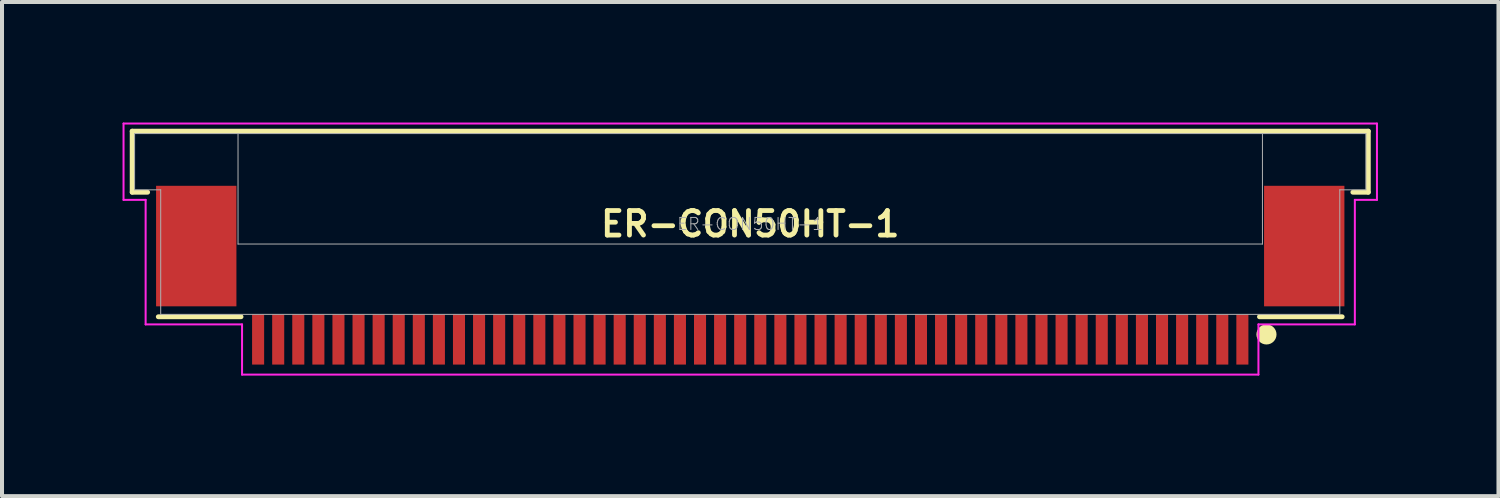
<source format=kicad_pcb>
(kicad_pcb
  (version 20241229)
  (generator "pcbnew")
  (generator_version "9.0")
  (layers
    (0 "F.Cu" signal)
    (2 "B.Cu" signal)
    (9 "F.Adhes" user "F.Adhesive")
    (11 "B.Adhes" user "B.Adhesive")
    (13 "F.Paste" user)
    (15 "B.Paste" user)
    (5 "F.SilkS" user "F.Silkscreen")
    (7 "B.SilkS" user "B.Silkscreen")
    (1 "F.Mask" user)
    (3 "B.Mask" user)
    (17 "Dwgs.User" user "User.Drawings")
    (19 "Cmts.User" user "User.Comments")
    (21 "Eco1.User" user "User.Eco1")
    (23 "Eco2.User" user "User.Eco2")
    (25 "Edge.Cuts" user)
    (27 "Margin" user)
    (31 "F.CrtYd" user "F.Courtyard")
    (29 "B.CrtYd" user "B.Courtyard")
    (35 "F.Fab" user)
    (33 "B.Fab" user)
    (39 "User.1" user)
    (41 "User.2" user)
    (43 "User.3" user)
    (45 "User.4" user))
  (footprint "ER-CON50HT-1"
    (layer "F.Cu")
    (at 15.625 2.525)
    (property "Reference" "ER-CON50HT-1" (at 0 0 0) (layer "F.SilkS") (effects (font (size 0.61 0.61) (thickness 0.12))))
    (attr through_hole)
    (fp_line (start -15.385 -2.31) (end 15.385 -2.31) (stroke (width 0.12) (type solid)) (layer "F.SilkS"))
    (fp_line (start -15.385 -0.79) (end -15.385 -2.31) (stroke (width 0.12) (type solid)) (layer "F.SilkS"))
    (fp_line (start -15 -0.79) (end -15.385 -0.79) (stroke (width 0.12) (type solid)) (layer "F.SilkS"))
    (fp_line (start -14.735 2.31) (end -12.675 2.31) (stroke (width 0.12) (type solid)) (layer "F.SilkS"))
    (fp_line (start 14.735 2.31) (end 12.675 2.31) (stroke (width 0.12) (type solid)) (layer "F.SilkS"))
    (fp_line (start 15.385 -2.31) (end 15.385 -0.79) (stroke (width 0.12) (type solid)) (layer "F.SilkS"))
    (fp_line (start 15.385 -0.79) (end 15 -0.79) (stroke (width 0.12) (type solid)) (layer "F.SilkS"))
    (fp_circle (center 12.85 2.75) (end 12.975 2.75) (stroke (width 0.25) (type solid)) (fill no) (layer "F.SilkS"))
    (fp_line (start -15.6 -2.5) (end 15.6 -2.5) (stroke (width 0.05) (type solid)) (layer "F.CrtYd"))
    (fp_line (start -15.6 -0.6) (end -15.6 -2.5) (stroke (width 0.05) (type solid)) (layer "F.CrtYd"))
    (fp_line (start -15.05 -0.6) (end -15.6 -0.6) (stroke (width 0.05) (type solid)) (layer "F.CrtYd"))
    (fp_line (start -15.05 2.5) (end -15.05 -0.6) (stroke (width 0.05) (type solid)) (layer "F.CrtYd"))
    (fp_line (start -12.65 2.5) (end -15.05 2.5) (stroke (width 0.05) (type solid)) (layer "F.CrtYd"))
    (fp_line (start -12.65 3.75) (end -12.65 2.5) (stroke (width 0.05) (type solid)) (layer "F.CrtYd"))
    (fp_line (start 12.65 2.5) (end 12.65 3.75) (stroke (width 0.05) (type solid)) (layer "F.CrtYd"))
    (fp_line (start 12.65 3.75) (end -12.65 3.75) (stroke (width 0.05) (type solid)) (layer "F.CrtYd"))
    (fp_line (start 15.05 -0.6) (end 15.05 2.5) (stroke (width 0.05) (type solid)) (layer "F.CrtYd"))
    (fp_line (start 15.05 2.5) (end 12.65 2.5) (stroke (width 0.05) (type solid)) (layer "F.CrtYd"))
    (fp_line (start 15.6 -2.5) (end 15.6 -0.6) (stroke (width 0.05) (type solid)) (layer "F.CrtYd"))
    (fp_line (start 15.6 -0.6) (end 15.05 -0.6) (stroke (width 0.05) (type solid)) (layer "F.CrtYd"))
    (fp_line (start -15.325 -2.25) (end 15.325 -2.25) (stroke (width 0.025) (type solid)) (layer "F.Fab"))
    (fp_line (start -15.325 -0.85) (end -15.325 -2.25) (stroke (width 0.025) (type solid)) (layer "F.Fab"))
    (fp_line (start -15.325 -0.85) (end -14.675 -0.85) (stroke (width 0.025) (type solid)) (layer "F.Fab"))
    (fp_line (start -14.675 -0.85) (end -14.675 2.25) (stroke (width 0.025) (type solid)) (layer "F.Fab"))
    (fp_line (start -14.675 2.25) (end 14.675 2.25) (stroke (width 0.025) (type solid)) (layer "F.Fab"))
    (fp_line (start -12.75 -2.25) (end -12.75 0.5) (stroke (width 0.025) (type solid)) (layer "F.Fab"))
    (fp_line (start -12.75 0.5) (end 12.75 0.5) (stroke (width 0.025) (type solid)) (layer "F.Fab"))
    (fp_line (start 12.75 0.5) (end 12.75 -2.25) (stroke (width 0.025) (type solid)) (layer "F.Fab"))
    (fp_line (start 14.675 -0.85) (end 14.675 2.25) (stroke (width 0.025) (type solid)) (layer "F.Fab"))
    (fp_line (start 14.675 -0.85) (end 15.325 -0.85) (stroke (width 0.025) (type solid)) (layer "F.Fab"))
    (fp_line (start 15.325 -0.85) (end 15.325 -2.25) (stroke (width 0.025) (type solid)) (layer "F.Fab"))
    (fp_text user "${REFERENCE}" (at 0 0 0) (layer "F.Fab") (effects (font (size 0.3 0.3) (thickness 0.025))))
    (pad "1" smd rect (at 12.25 2.875) (size 0.3 1.25) (layers "F.Cu" "F.Mask" "F.Paste"))
    (pad "2" smd rect (at 11.75 2.875) (size 0.3 1.25) (layers "F.Cu" "F.Mask" "F.Paste"))
    (pad "3" smd rect (at 11.25 2.875) (size 0.3 1.25) (layers "F.Cu" "F.Mask" "F.Paste"))
    (pad "4" smd rect (at 10.75 2.875) (size 0.3 1.25) (layers "F.Cu" "F.Mask" "F.Paste"))
    (pad "5" smd rect (at 10.25 2.875) (size 0.3 1.25) (layers "F.Cu" "F.Mask" "F.Paste"))
    (pad "6" smd rect (at 9.75 2.875) (size 0.3 1.25) (layers "F.Cu" "F.Mask" "F.Paste"))
    (pad "7" smd rect (at 9.25 2.875) (size 0.3 1.25) (layers "F.Cu" "F.Mask" "F.Paste"))
    (pad "8" smd rect (at 8.75 2.875) (size 0.3 1.25) (layers "F.Cu" "F.Mask" "F.Paste"))
    (pad "9" smd rect (at 8.25 2.875) (size 0.3 1.25) (layers "F.Cu" "F.Mask" "F.Paste"))
    (pad "10" smd rect (at 7.75 2.875) (size 0.3 1.25) (layers "F.Cu" "F.Mask" "F.Paste"))
    (pad "11" smd rect (at 7.25 2.875) (size 0.3 1.25) (layers "F.Cu" "F.Mask" "F.Paste"))
    (pad "12" smd rect (at 6.75 2.875) (size 0.3 1.25) (layers "F.Cu" "F.Mask" "F.Paste"))
    (pad "13" smd rect (at 6.25 2.875) (size 0.3 1.25) (layers "F.Cu" "F.Mask" "F.Paste"))
    (pad "14" smd rect (at 5.75 2.875) (size 0.3 1.25) (layers "F.Cu" "F.Mask" "F.Paste"))
    (pad "15" smd rect (at 5.25 2.875) (size 0.3 1.25) (layers "F.Cu" "F.Mask" "F.Paste"))
    (pad "16" smd rect (at 4.75 2.875) (size 0.3 1.25) (layers "F.Cu" "F.Mask" "F.Paste"))
    (pad "17" smd rect (at 4.25 2.875) (size 0.3 1.25) (layers "F.Cu" "F.Mask" "F.Paste"))
    (pad "18" smd rect (at 3.75 2.875) (size 0.3 1.25) (layers "F.Cu" "F.Mask" "F.Paste"))
    (pad "19" smd rect (at 3.25 2.875) (size 0.3 1.25) (layers "F.Cu" "F.Mask" "F.Paste"))
    (pad "20" smd rect (at 2.75 2.875) (size 0.3 1.25) (layers "F.Cu" "F.Mask" "F.Paste"))
    (pad "21" smd rect (at 2.25 2.875) (size 0.3 1.25) (layers "F.Cu" "F.Mask" "F.Paste"))
    (pad "22" smd rect (at 1.75 2.875) (size 0.3 1.25) (layers "F.Cu" "F.Mask" "F.Paste"))
    (pad "23" smd rect (at 1.25 2.875) (size 0.3 1.25) (layers "F.Cu" "F.Mask" "F.Paste"))
    (pad "24" smd rect (at 0.75 2.875) (size 0.3 1.25) (layers "F.Cu" "F.Mask" "F.Paste"))
    (pad "25" smd rect (at 0.25 2.875) (size 0.3 1.25) (layers "F.Cu" "F.Mask" "F.Paste"))
    (pad "26" smd rect (at -0.25 2.875) (size 0.3 1.25) (layers "F.Cu" "F.Mask" "F.Paste"))
    (pad "27" smd rect (at -0.75 2.875) (size 0.3 1.25) (layers "F.Cu" "F.Mask" "F.Paste"))
    (pad "28" smd rect (at -1.25 2.875) (size 0.3 1.25) (layers "F.Cu" "F.Mask" "F.Paste"))
    (pad "29" smd rect (at -1.75 2.875) (size 0.3 1.25) (layers "F.Cu" "F.Mask" "F.Paste"))
    (pad "30" smd rect (at -2.25 2.875) (size 0.3 1.25) (layers "F.Cu" "F.Mask" "F.Paste"))
    (pad "31" smd rect (at -2.75 2.875) (size 0.3 1.25) (layers "F.Cu" "F.Mask" "F.Paste"))
    (pad "32" smd rect (at -3.25 2.875) (size 0.3 1.25) (layers "F.Cu" "F.Mask" "F.Paste"))
    (pad "33" smd rect (at -3.75 2.875) (size 0.3 1.25) (layers "F.Cu" "F.Mask" "F.Paste"))
    (pad "34" smd rect (at -4.25 2.875) (size 0.3 1.25) (layers "F.Cu" "F.Mask" "F.Paste"))
    (pad "35" smd rect (at -4.75 2.875) (size 0.3 1.25) (layers "F.Cu" "F.Mask" "F.Paste"))
    (pad "36" smd rect (at -5.25 2.875) (size 0.3 1.25) (layers "F.Cu" "F.Mask" "F.Paste"))
    (pad "37" smd rect (at -5.75 2.875) (size 0.3 1.25) (layers "F.Cu" "F.Mask" "F.Paste"))
    (pad "38" smd rect (at -6.25 2.875) (size 0.3 1.25) (layers "F.Cu" "F.Mask" "F.Paste"))
    (pad "39" smd rect (at -6.75 2.875) (size 0.3 1.25) (layers "F.Cu" "F.Mask" "F.Paste"))
    (pad "40" smd rect (at -7.25 2.875) (size 0.3 1.25) (layers "F.Cu" "F.Mask" "F.Paste"))
    (pad "41" smd rect (at -7.75 2.875) (size 0.3 1.25) (layers "F.Cu" "F.Mask" "F.Paste"))
    (pad "42" smd rect (at -8.25 2.875) (size 0.3 1.25) (layers "F.Cu" "F.Mask" "F.Paste"))
    (pad "43" smd rect (at -8.75 2.875) (size 0.3 1.25) (layers "F.Cu" "F.Mask" "F.Paste"))
    (pad "44" smd rect (at -9.25 2.875) (size 0.3 1.25) (layers "F.Cu" "F.Mask" "F.Paste"))
    (pad "45" smd rect (at -9.75 2.875) (size 0.3 1.25) (layers "F.Cu" "F.Mask" "F.Paste"))
    (pad "46" smd rect (at -10.25 2.875) (size 0.3 1.25) (layers "F.Cu" "F.Mask" "F.Paste"))
    (pad "47" smd rect (at -10.75 2.875) (size 0.3 1.25) (layers "F.Cu" "F.Mask" "F.Paste"))
    (pad "48" smd rect (at -11.25 2.875) (size 0.3 1.25) (layers "F.Cu" "F.Mask" "F.Paste"))
    (pad "49" smd rect (at -11.75 2.875) (size 0.3 1.25) (layers "F.Cu" "F.Mask" "F.Paste"))
    (pad "50" smd rect (at -12.25 2.875) (size 0.3 1.25) (layers "F.Cu" "F.Mask" "F.Paste"))
    (pad "SHLD" smd rect (at -13.79 0.55) (size 2 3) (layers "F.Cu" "F.Mask" "F.Paste"))
    (pad "SHLD" smd rect (at 13.79 0.55) (size 2 3) (layers "F.Cu" "F.Mask" "F.Paste")))
  (gr_rect
    (start -3 -3)
    (end 34.25 9.3)
    (stroke (width 0.1) (type default))
    (fill no)
    (layer "Edge.Cuts")))
</source>
